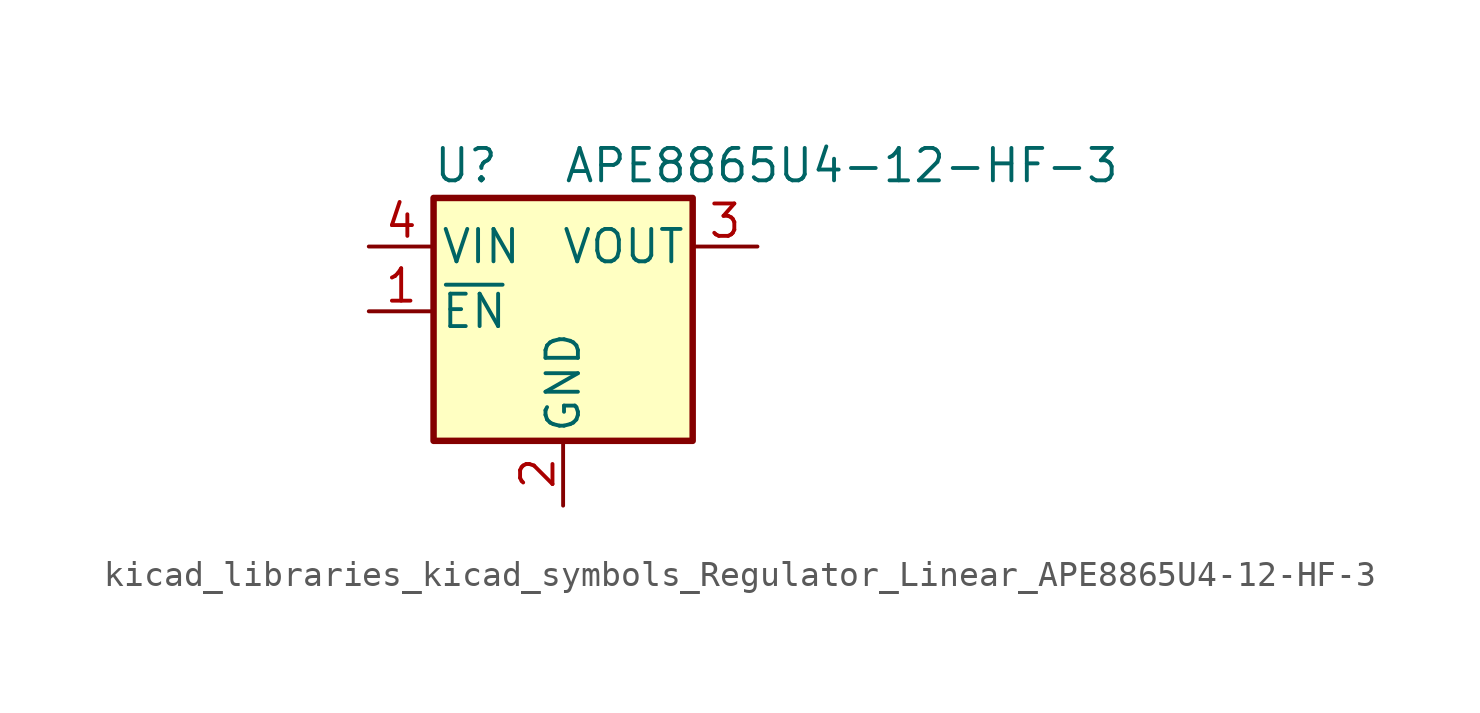
<source format=kicad_sym>
(kicad_symbol_lib
  (version 20220914)
  (generator kicad_symbol_editor)
  (symbol "kicad_libraries_kicad_symbols_Regulator_Linear_APE8865U4-12-HF-3"
    (pin_names
      (offset 0.254))
    (property "Reference" "U"
      (at -3.81 5.715 0)
      (effects (font (size 1.27 1.27))))
    (property "Value" "APE8865U4-12-HF-3"
      (at 0 5.715 0)
      (effects (font (size 1.27 1.27)) (justify left)))
    (symbol "kicad_libraries_kicad_symbols_Regulator_Linear_APE8865U4-12-HF-3_0_1"
      (rectangle (start -5.08 4.445) (end 5.08 -5.08) (stroke (width 0.254) (type default)) (fill (type background))))
    (symbol "kicad_libraries_kicad_symbols_Regulator_Linear_APE8865U4-12-HF-3_1_1"
      (pin input line (at -7.62 0 0) (length 2.54) (name "~{EN}" (effects (font (size 1.27 1.27)))) (number "1" (effects (font (size 1.27 1.27)))))
      (pin power_in line (at 0 -7.62 90) (length 2.54) (name "GND" (effects (font (size 1.27 1.27)))) (number "2" (effects (font (size 1.27 1.27)))))
      (pin power_out line (at 7.62 2.54 180) (length 2.54) (name "VOUT" (effects (font (size 1.27 1.27)))) (number "3" (effects (font (size 1.27 1.27)))))
      (pin power_in line (at -7.62 2.54 0) (length 2.54) (name "VIN" (effects (font (size 1.27 1.27)))) (number "4" (effects (font (size 1.27 1.27))))))))
</source>
